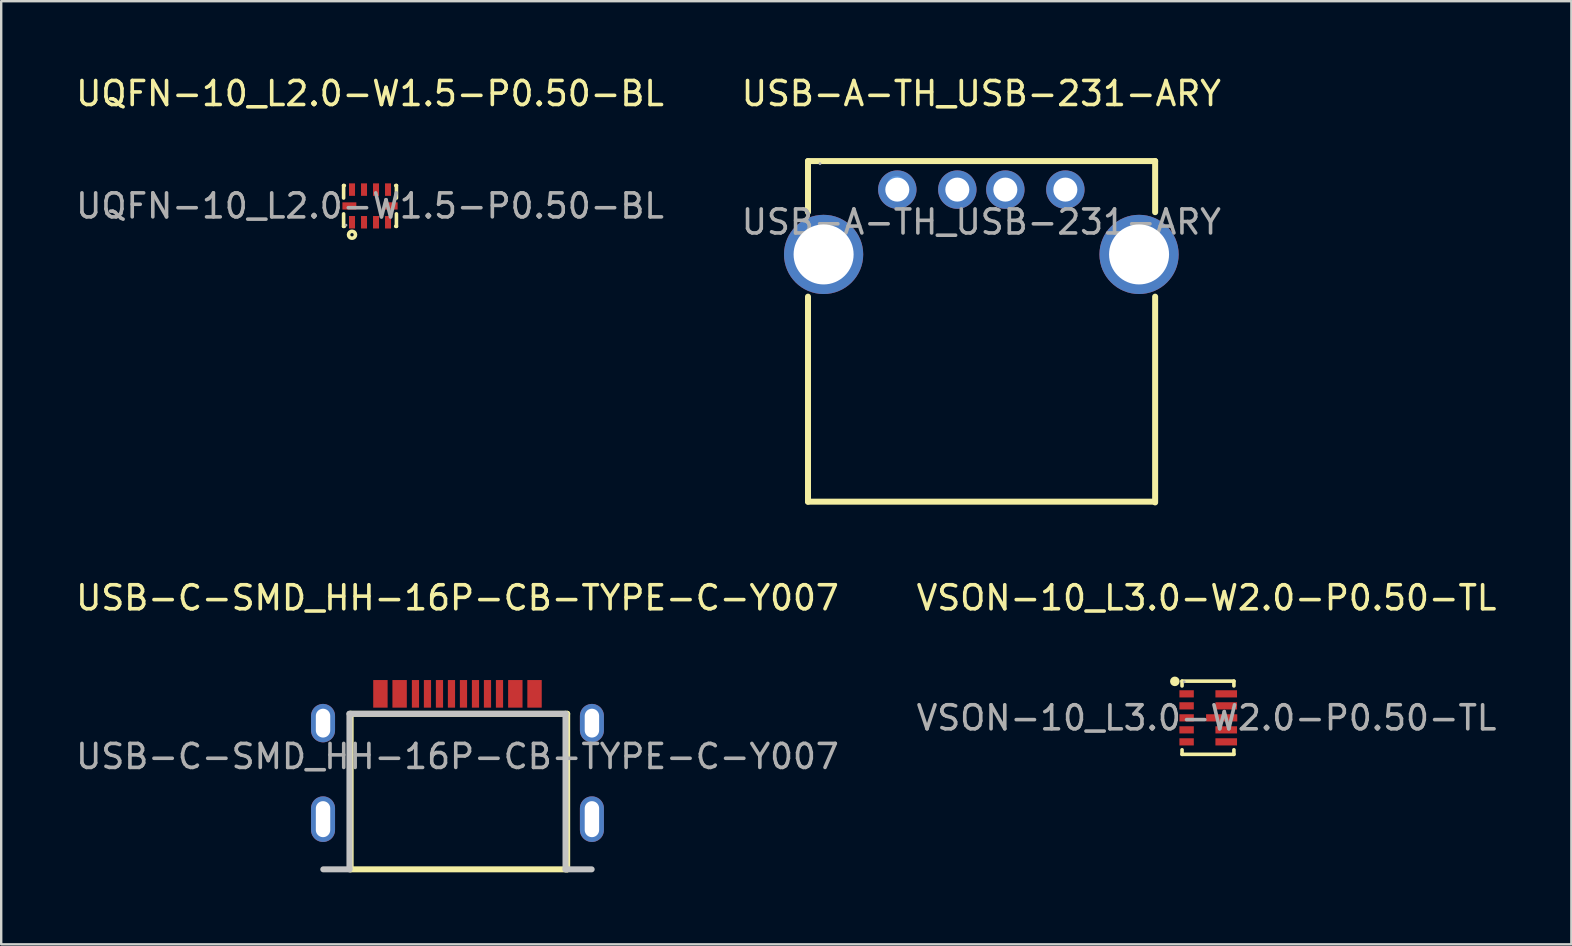
<source format=kicad_pcb>
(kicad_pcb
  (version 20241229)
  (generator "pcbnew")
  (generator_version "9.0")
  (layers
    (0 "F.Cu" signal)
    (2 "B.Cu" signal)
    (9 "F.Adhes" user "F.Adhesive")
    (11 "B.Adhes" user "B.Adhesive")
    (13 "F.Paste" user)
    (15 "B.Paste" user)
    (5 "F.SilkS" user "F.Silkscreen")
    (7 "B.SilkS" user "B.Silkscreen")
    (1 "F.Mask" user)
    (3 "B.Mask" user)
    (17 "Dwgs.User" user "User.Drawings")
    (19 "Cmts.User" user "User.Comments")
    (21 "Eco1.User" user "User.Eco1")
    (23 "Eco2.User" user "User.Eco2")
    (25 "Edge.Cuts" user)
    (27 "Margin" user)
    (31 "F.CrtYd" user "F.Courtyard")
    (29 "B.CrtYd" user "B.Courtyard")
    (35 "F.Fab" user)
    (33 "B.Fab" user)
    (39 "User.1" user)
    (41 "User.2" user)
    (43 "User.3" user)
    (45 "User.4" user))
  (footprint "UQFN-10_L2.0-W1.5-P0.50-BL"
    (layer "F.Cu")
    (at 12.363 5.528)
    (property "Reference" "UQFN-10_L2.0-W1.5-P0.50-BL" (at 0 -4.68 0) (layer "F.SilkS") (effects (font (size 1 1) (thickness 0.15))))
    (attr smd)
    (fp_line (start -1.1 -0.85) (end -1.07 -0.85) (stroke (width 0.15) (type solid)) (layer "F.SilkS"))
    (fp_line (start -1.1 -0.33) (end -1.1 -0.85) (stroke (width 0.15) (type solid)) (layer "F.SilkS"))
    (fp_line (start -1.1 0.85) (end -1.1 0.33) (stroke (width 0.15) (type solid)) (layer "F.SilkS"))
    (fp_line (start -1.07 0.85) (end -1.1 0.85) (stroke (width 0.15) (type solid)) (layer "F.SilkS"))
    (fp_line (start 1.07 -0.85) (end 1.1 -0.85) (stroke (width 0.15) (type solid)) (layer "F.SilkS"))
    (fp_line (start 1.1 -0.85) (end 1.1 -0.33) (stroke (width 0.15) (type solid)) (layer "F.SilkS"))
    (fp_line (start 1.1 0.33) (end 1.1 0.85) (stroke (width 0.15) (type solid)) (layer "F.SilkS"))
    (fp_line (start 1.1 0.85) (end 1.07 0.85) (stroke (width 0.15) (type solid)) (layer "F.SilkS"))
    (fp_circle (center -0.75 1.2) (end -0.68 1.2) (stroke (width 0.15) (type solid)) (fill no) (layer "F.SilkS"))
    (fp_circle (center -1 0.8) (end -0.97 0.8) (stroke (width 0.06) (type solid)) (fill no) (layer "F.Fab"))
    (fp_text user "${REFERENCE}" (at 0 0 0) (layer "F.Fab") (effects (font (size 1 1) (thickness 0.15))))
    (pad "1" smd rect (at -0.75 0.68) (size 0.25 0.52) (layers "F.Cu" "F.Mask" "F.Paste"))
    (pad "2" smd rect (at -0.25 0.68) (size 0.25 0.52) (layers "F.Cu" "F.Mask" "F.Paste"))
    (pad "3" smd rect (at 0.25 0.68) (size 0.25 0.52) (layers "F.Cu" "F.Mask" "F.Paste"))
    (pad "4" smd rect (at 0.75 0.68) (size 0.25 0.52) (layers "F.Cu" "F.Mask" "F.Paste"))
    (pad "5" smd rect (at 0.86 0) (size 0.58 0.3) (layers "F.Cu" "F.Mask" "F.Paste"))
    (pad "6" smd rect (at 0.75 -0.68) (size 0.25 0.52) (layers "F.Cu" "F.Mask" "F.Paste"))
    (pad "7" smd rect (at 0.25 -0.68) (size 0.25 0.52) (layers "F.Cu" "F.Mask" "F.Paste"))
    (pad "8" smd rect (at -0.25 -0.68) (size 0.25 0.52) (layers "F.Cu" "F.Mask" "F.Paste"))
    (pad "9" smd rect (at -0.75 -0.68) (size 0.25 0.52) (layers "F.Cu" "F.Mask" "F.Paste"))
    (pad "10" smd rect (at -0.86 0) (size 0.58 0.3) (layers "F.Cu" "F.Mask" "F.Paste")))
  (footprint "VSON-10_L3.0-W2.0-P0.50-TL"
    (layer "F.Cu")
    (at 47.208 26.852)
    (property "Reference" "VSON-10_L3.0-W2.0-P0.50-TL" (at 0 -5 0) (layer "F.SilkS") (effects (font (size 1 1) (thickness 0.15))))
    (attr smd)
    (fp_line (start -1.02 -1.53) (end -1.02 -1.33) (stroke (width 0.15) (type solid)) (layer "F.SilkS"))
    (fp_line (start -1.02 1.33) (end -1.02 1.52) (stroke (width 0.15) (type solid)) (layer "F.SilkS"))
    (fp_line (start -1.02 1.52) (end 1.14 1.52) (stroke (width 0.15) (type solid)) (layer "F.SilkS"))
    (fp_line (start 1.14 -1.53) (end -1.02 -1.53) (stroke (width 0.15) (type solid)) (layer "F.SilkS"))
    (fp_line (start 1.14 -1.33) (end 1.14 -1.53) (stroke (width 0.15) (type solid)) (layer "F.SilkS"))
    (fp_line (start 1.14 1.52) (end 1.14 1.33) (stroke (width 0.15) (type solid)) (layer "F.SilkS"))
    (fp_circle (center -1.32 -1.52) (end -1.22 -1.52) (stroke (width 0.2) (type solid)) (fill no) (layer "F.SilkS"))
    (fp_circle (center -0.93 -1.5) (end -0.9 -1.5) (stroke (width 0.06) (type solid)) (fill no) (layer "F.Fab"))
    (fp_text user "${REFERENCE}" (at 0 0 0) (layer "F.Fab") (effects (font (size 1 1) (thickness 0.15))))
    (pad "1" smd rect (at -0.83 -1 270) (size 0.3 0.6) (layers "F.Cu" "F.Mask" "F.Paste"))
    (pad "2" smd rect (at -0.83 -0.5 270) (size 0.3 0.6) (layers "F.Cu" "F.Mask" "F.Paste"))
    (pad "3" smd rect (at -0.83 0 270) (size 0.3 0.6) (layers "F.Cu" "F.Mask" "F.Paste"))
    (pad "4" smd rect (at -0.83 0.5 270) (size 0.3 0.6) (layers "F.Cu" "F.Mask" "F.Paste"))
    (pad "5" smd rect (at -0.83 1 270) (size 0.3 0.6) (layers "F.Cu" "F.Mask" "F.Paste"))
    (pad "6" smd rect (at 0.82 1 270) (size 0.3 0.9) (layers "F.Cu" "F.Mask" "F.Paste"))
    (pad "7" smd rect (at 0.82 0.5 270) (size 0.3 0.9) (layers "F.Cu" "F.Mask" "F.Paste"))
    (pad "8" smd rect (at 0.63 0 270) (size 0.3 1.3) (layers "F.Cu" "F.Mask" "F.Paste"))
    (pad "9" smd rect (at 0.82 -0.5 270) (size 0.3 0.9) (layers "F.Cu" "F.Mask" "F.Paste"))
    (pad "10" smd rect (at 0.82 -1 270) (size 0.3 0.9) (layers "F.Cu" "F.Mask" "F.Paste")))
  (footprint "USB-A-TH_USB-231-ARY"
    (layer "F.Cu")
    (at 37.827 6.198)
    (property "Reference" "USB-A-TH_USB-231-ARY" (at 0 -5.35 0) (layer "F.SilkS") (effects (font (size 1 1) (thickness 0.15))))
    (attr through_hole)
    (fp_line (start -7.22 -2.54) (end 7.24 -2.54) (stroke (width 0.25) (type solid)) (layer "F.SilkS"))
    (fp_line (start -7.22 -0.41) (end -7.22 -2.54) (stroke (width 0.25) (type solid)) (layer "F.SilkS"))
    (fp_line (start -7.22 11.65) (end -7.22 3.11) (stroke (width 0.25) (type solid)) (layer "F.SilkS"))
    (fp_line (start 7.23 11.65) (end -7.22 11.65) (stroke (width 0.25) (type solid)) (layer "F.SilkS"))
    (fp_line (start 7.24 -2.54) (end 7.24 -0.41) (stroke (width 0.25) (type solid)) (layer "F.SilkS"))
    (fp_line (start 7.24 3.11) (end 7.24 11.68) (stroke (width 0.25) (type solid)) (layer "F.SilkS"))
    (fp_circle (center -3.53 -1.52) (end -3.33 -1.52) (stroke (width 0.4) (type solid)) (fill no) (layer "Cmts.User"))
    (fp_circle (center -6.72 -2.43) (end -6.69 -2.43) (stroke (width 0.06) (type solid)) (fill no) (layer "F.Fab"))
    (fp_text user "${REFERENCE}" (at 0 0 0) (layer "F.Fab") (effects (font (size 1 1) (thickness 0.15))))
    (pad "1" thru_hole circle (at -3.5 -1.35) (size 1.6 1.6) (drill 1) (layers "*.Cu" "*.Mask"))
    (pad "2" thru_hole circle (at -1 -1.35) (size 1.6 1.6) (drill 1) (layers "*.Cu" "*.Mask"))
    (pad "3" thru_hole circle (at 1 -1.35) (size 1.6 1.6) (drill 1) (layers "*.Cu" "*.Mask"))
    (pad "4" thru_hole circle (at 3.5 -1.35) (size 1.6 1.6) (drill 1) (layers "*.Cu" "*.Mask"))
    (pad "5" thru_hole circle (at -6.57 1.35) (size 3.3 3.3) (drill 2.5) (layers "*.Cu" "*.Mask"))
    (pad "6" thru_hole circle (at 6.57 1.35) (size 3.3 3.3) (drill 2.5) (layers "*.Cu" "*.Mask")))
  (footprint "USB-C-SMD_HH-16P-CB-TYPE-C-Y007"
    (layer "F.Cu")
    (at 16.006 28.462)
    (property "Reference" "USB-C-SMD_HH-16P-CB-TYPE-C-Y007" (at 0 -6.61 0) (layer "F.SilkS") (effects (font (size 1 1) (thickness 0.15))))
    (attr through_hole)
    (fp_line (start -4.45 -1.78) (end -4.45 4.7) (stroke (width 0.25) (type solid)) (layer "F.SilkS"))
    (fp_line (start -4.45 4.7) (end 4.57 4.7) (stroke (width 0.25) (type solid)) (layer "F.SilkS"))
    (fp_line (start 4.57 -1.78) (end -4.45 -1.78) (stroke (width 0.25) (type solid)) (layer "F.SilkS"))
    (fp_line (start 4.57 4.7) (end 4.57 -1.78) (stroke (width 0.25) (type solid)) (layer "F.SilkS"))
    (fp_line (start -4.5 -1.78) (end -4.5 4.7) (stroke (width 0.25) (type solid)) (layer "Dwgs.User"))
    (fp_line (start -4.5 -1.78) (end 4.5 -1.78) (stroke (width 0.25) (type solid)) (layer "Dwgs.User"))
    (fp_line (start -4.5 4.7) (end -5.59 4.7) (stroke (width 0.25) (type solid)) (layer "Dwgs.User"))
    (fp_line (start 4.5 -1.78) (end 4.5 4.7) (stroke (width 0.25) (type solid)) (layer "Dwgs.User"))
    (fp_line (start 4.5 4.7) (end 5.59 4.7) (stroke (width 0.25) (type solid)) (layer "Dwgs.User"))
    (fp_text user "${REFERENCE}" (at 0 0 0) (layer "F.Fab") (effects (font (size 1 1) (thickness 0.15))))
    (pad "0" thru_hole oval (at -5.6 -1.39) (size 1 1.6) (drill oval 0.6 1.2) (layers "*.Cu" "*.Mask"))
    (pad "0" thru_hole oval (at -5.6 2.61) (size 1 1.9) (drill oval 0.6 1.5) (layers "*.Cu" "*.Mask"))
    (pad "0" thru_hole oval (at 5.6 -1.39) (size 1 1.6) (drill oval 0.6 1.2) (layers "*.Cu" "*.Mask"))
    (pad "0" thru_hole oval (at 5.6 2.61) (size 1 1.9) (drill oval 0.6 1.5) (layers "*.Cu" "*.Mask"))
    (pad "A1B12" smd rect (at -3.21 -2.61 180) (size 0.6 1.15) (layers "F.Cu" "F.Mask" "F.Paste"))
    (pad "A4B9" smd rect (at -2.41 -2.61 180) (size 0.6 1.15) (layers "F.Cu" "F.Mask" "F.Paste"))
    (pad "A5" smd rect (at -1.25 -2.61) (size 0.3 1.15) (layers "F.Cu" "F.Mask" "F.Paste"))
    (pad "A6" smd rect (at -0.25 -2.61) (size 0.3 1.15) (layers "F.Cu" "F.Mask" "F.Paste"))
    (pad "A7" smd rect (at 0.25 -2.61) (size 0.3 1.15) (layers "F.Cu" "F.Mask" "F.Paste"))
    (pad "A8" smd rect (at 1.25 -2.61) (size 0.3 1.15) (layers "F.Cu" "F.Mask" "F.Paste"))
    (pad "B1A12" smd rect (at 3.21 -2.61) (size 0.6 1.15) (layers "F.Cu" "F.Mask" "F.Paste"))
    (pad "B4A9" smd rect (at 2.41 -2.61) (size 0.6 1.15) (layers "F.Cu" "F.Mask" "F.Paste"))
    (pad "B5" smd rect (at 1.75 -2.61) (size 0.3 1.15) (layers "F.Cu" "F.Mask" "F.Paste"))
    (pad "B6" smd rect (at 0.75 -2.61) (size 0.3 1.15) (layers "F.Cu" "F.Mask" "F.Paste"))
    (pad "B7" smd rect (at -0.75 -2.61) (size 0.3 1.15) (layers "F.Cu" "F.Mask" "F.Paste"))
    (pad "B8" smd rect (at -1.75 -2.61) (size 0.3 1.15) (layers "F.Cu" "F.Mask" "F.Paste")))
  (gr_rect
    (start -3 -3)
    (end 62.405 36.286)
    (stroke (width 0.1) (type default))
    (fill no)
    (layer "Edge.Cuts")))
</source>
